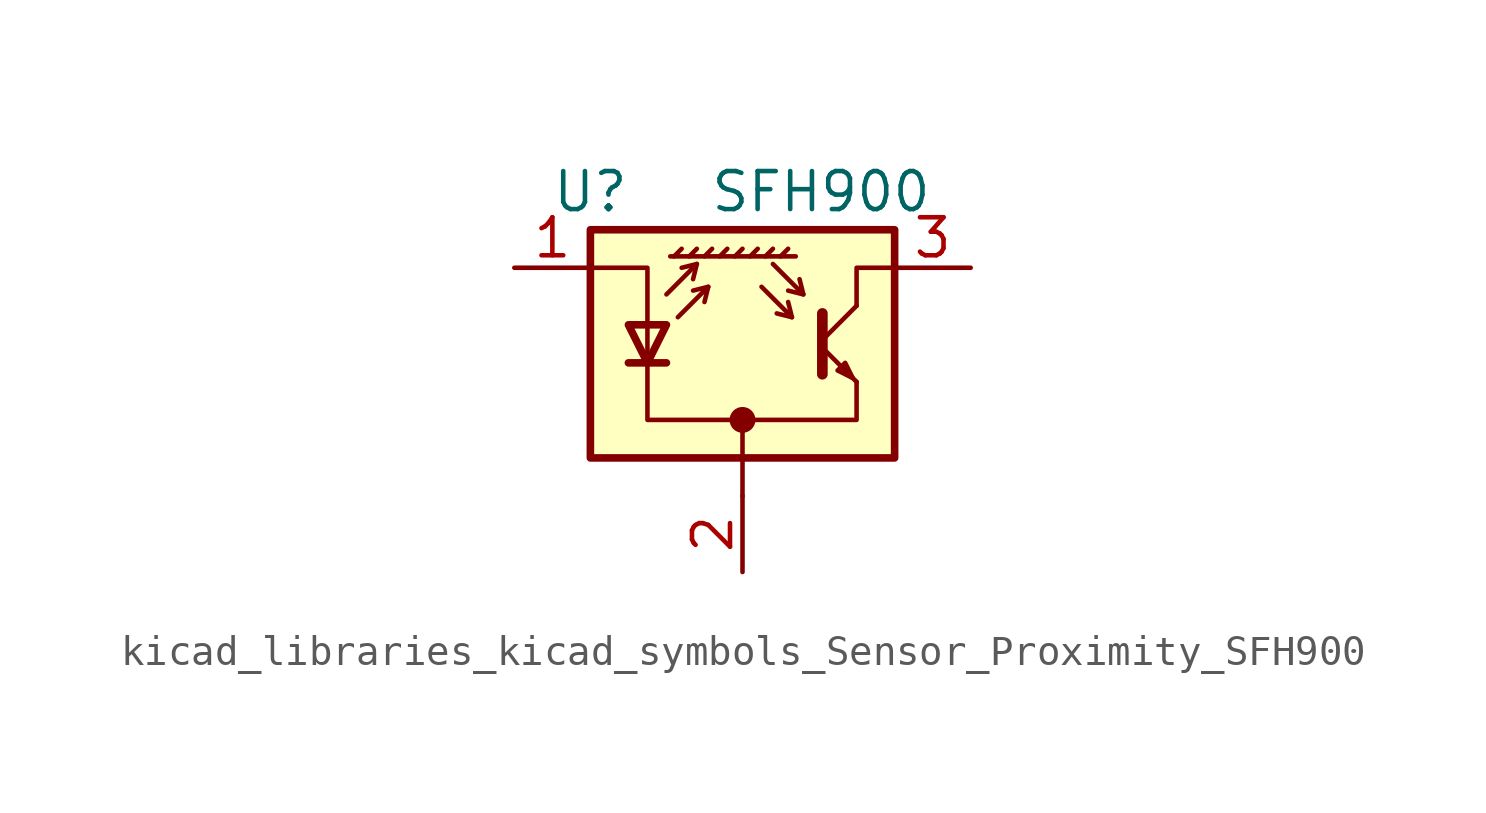
<source format=kicad_sym>
(kicad_symbol_lib
  (version 20220914)
  (generator kicad_symbol_editor)
  (symbol "kicad_libraries_kicad_symbols_Sensor_Proximity_SFH900"
    (pin_names
      (offset 1.016) hide)
    (property "Reference" "U"
      (at -5.08 5.08 0)
      (effects (font (size 1.27 1.27))))
    (property "Value" "SFH900"
      (at 6.35 5.08 0)
      (effects (font (size 1.27 1.27)) (justify right)))
    (symbol "kicad_libraries_kicad_symbols_Sensor_Proximity_SFH900_0_1"
      (circle (center 0 -2.54) (radius 0.356) (stroke (width 0) (type default)) (fill (type outline)))
      (polyline (pts (xy -3.81 -0.635) (xy -2.54 -0.635)) (stroke (width 0.254) (type default)) (fill (type none)))
      (polyline (pts (xy -2.286 2.921) (xy -2.032 3.175)) (stroke (width 0) (type default)) (fill (type none)))
      (polyline (pts (xy -1.778 2.921) (xy -1.524 3.175)) (stroke (width 0) (type default)) (fill (type none)))
      (polyline (pts (xy -1.524 2.667) (xy -1.651 2.159)) (stroke (width 0) (type default)) (fill (type none)))
      (polyline (pts (xy -1.27 2.921) (xy -1.016 3.175)) (stroke (width 0) (type default)) (fill (type none)))
      (polyline (pts (xy -1.143 1.905) (xy -1.27 1.397)) (stroke (width 0) (type default)) (fill (type none)))
      (polyline (pts (xy -0.762 2.921) (xy -0.508 3.175)) (stroke (width 0) (type default)) (fill (type none)))
      (polyline (pts (xy -0.254 2.921) (xy 0 3.175)) (stroke (width 0) (type default)) (fill (type none)))
      (polyline (pts (xy 0 -2.54) (xy 0 -5.08)) (stroke (width 0) (type default)) (fill (type none)))
      (polyline (pts (xy 0.254 2.921) (xy 0.508 3.175)) (stroke (width 0) (type default)) (fill (type none)))
      (polyline (pts (xy 0.762 2.921) (xy 1.016 3.175)) (stroke (width 0) (type default)) (fill (type none)))
      (polyline (pts (xy 1.27 2.921) (xy 1.524 3.175)) (stroke (width 0) (type default)) (fill (type none)))
      (polyline (pts (xy 1.651 0.889) (xy 1.143 1.016)) (stroke (width 0) (type default)) (fill (type none)))
      (polyline (pts (xy 1.778 2.921) (xy -2.413 2.921)) (stroke (width 0) (type default)) (fill (type none)))
      (polyline (pts (xy 2.032 1.651) (xy 1.524 1.778)) (stroke (width 0) (type default)) (fill (type none)))
      (polyline (pts (xy 2.667 -0.127) (xy 3.81 -1.27)) (stroke (width 0) (type default)) (fill (type none)))
      (polyline (pts (xy 2.667 0.127) (xy 3.81 1.27)) (stroke (width 0) (type default)) (fill (type none)))
      (polyline (pts (xy -2.54 1.651) (xy -1.524 2.667) (xy -2.032 2.54)) (stroke (width 0) (type default)) (fill (type none)))
      (polyline (pts (xy -2.159 0.889) (xy -1.143 1.905) (xy -1.651 1.778)) (stroke (width 0) (type default)) (fill (type none)))
      (polyline (pts (xy 0.635 1.905) (xy 1.651 0.889) (xy 1.524 1.397)) (stroke (width 0) (type default)) (fill (type none)))
      (polyline (pts (xy 1.016 2.667) (xy 2.032 1.651) (xy 1.905 2.159)) (stroke (width 0) (type default)) (fill (type none)))
      (polyline (pts (xy 2.667 1.016) (xy 2.667 -1.016) (xy 2.667 -1.016)) (stroke (width 0.356) (type default)) (fill (type none)))
      (polyline (pts (xy 3.81 1.27) (xy 3.81 2.54) (xy 5.08 2.54)) (stroke (width 0) (type default)) (fill (type none)))
      (polyline (pts (xy -3.175 -0.635) (xy -3.81 0.635) (xy -2.54 0.635) (xy -3.175 -0.635)) (stroke (width 0.254) (type default)) (fill (type none)))
      (polyline (pts (xy 3.683 -1.143) (xy 3.429 -0.635) (xy 3.175 -0.889) (xy 3.683 -1.143)) (stroke (width 0) (type default)) (fill (type none)))
      (polyline (pts (xy -5.08 -3.81) (xy 5.08 -3.81) (xy 5.08 3.81) (xy -5.08 3.81) (xy -5.08 -3.81)) (stroke (width 0.254) (type default)) (fill (type background)))
      (polyline (pts (xy -5.08 2.54) (xy -3.175 2.54) (xy -3.175 -2.54) (xy 3.81 -2.54) (xy 3.81 -1.27)) (stroke (width 0) (type default)) (fill (type none))))
    (symbol "kicad_libraries_kicad_symbols_Sensor_Proximity_SFH900_1_1"
      (pin passive line (at -7.62 2.54 0) (length 2.54) (name "A" (effects (font (size 1.27 1.27)))) (number "1" (effects (font (size 1.27 1.27)))))
      (pin passive line (at 0 -7.62 90) (length 2.54) (name "K" (effects (font (size 1.27 1.27)))) (number "2" (effects (font (size 1.27 1.27)))))
      (pin open_collector line (at 7.62 2.54 180) (length 2.54) (name "C" (effects (font (size 1.27 1.27)))) (number "3" (effects (font (size 1.27 1.27))))))))
</source>
